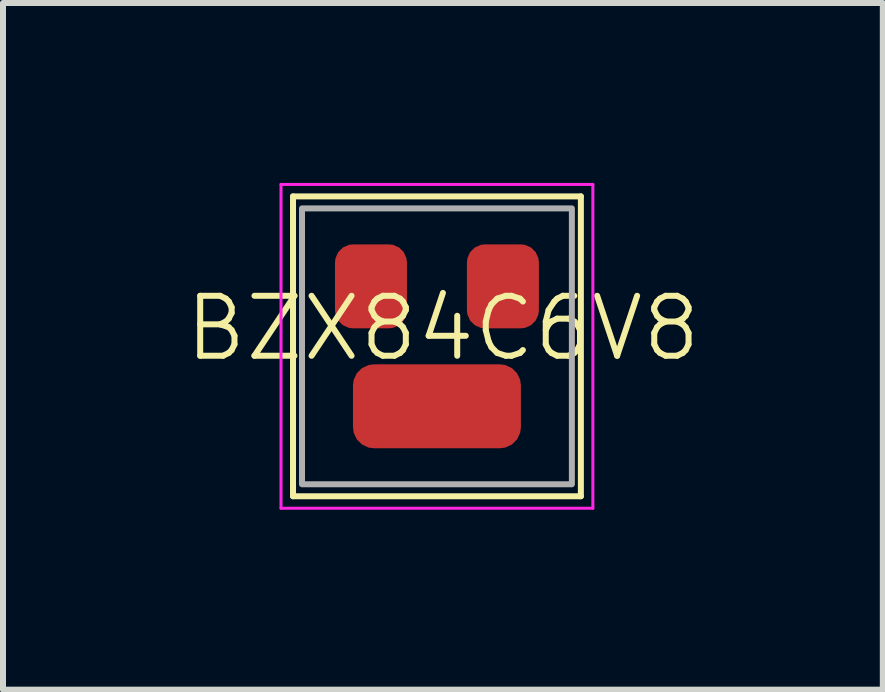
<source format=kicad_pcb>
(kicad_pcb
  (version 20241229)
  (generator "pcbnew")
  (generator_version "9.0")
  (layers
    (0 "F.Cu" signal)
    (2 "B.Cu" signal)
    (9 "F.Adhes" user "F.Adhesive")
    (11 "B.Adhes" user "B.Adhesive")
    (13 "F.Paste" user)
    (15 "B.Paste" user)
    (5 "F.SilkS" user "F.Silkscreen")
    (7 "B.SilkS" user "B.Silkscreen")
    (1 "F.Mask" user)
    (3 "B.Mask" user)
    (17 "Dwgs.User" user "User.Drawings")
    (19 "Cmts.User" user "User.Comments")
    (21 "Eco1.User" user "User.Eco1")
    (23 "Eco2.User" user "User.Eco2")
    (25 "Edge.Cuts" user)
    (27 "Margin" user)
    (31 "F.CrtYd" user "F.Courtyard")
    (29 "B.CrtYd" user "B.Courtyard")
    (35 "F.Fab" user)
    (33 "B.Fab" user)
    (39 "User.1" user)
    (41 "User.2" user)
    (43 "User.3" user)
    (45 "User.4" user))
  (footprint "BZX84C6V8"
    (layer "F.Cu")
    (at 4.236 2.725)
    (property "Reference" "BZX84C6V8" (at 0.1 -0.3 0) (unlocked yes) (layer "F.SilkS") (effects (font (size 1 1) (thickness 0.1))))
    (attr smd)
    (fp_line (start -2.4 -2.5) (end 2.4 -2.5) (stroke (width 0.1) (type default)) (layer "F.SilkS"))
    (fp_line (start -2.4 2.5) (end -2.4 -2.5) (stroke (width 0.1) (type default)) (layer "F.SilkS"))
    (fp_line (start 2.4 -2.5) (end 2.4 2.5) (stroke (width 0.1) (type default)) (layer "F.SilkS"))
    (fp_line (start 2.4 2.5) (end -2.4 2.5) (stroke (width 0.1) (type default)) (layer "F.SilkS"))
    (fp_line (start -2.6 -2.7) (end 2.6 -2.7) (stroke (width 0.05) (type default)) (layer "F.CrtYd"))
    (fp_line (start -2.6 2.7) (end -2.6 -2.7) (stroke (width 0.05) (type default)) (layer "F.CrtYd"))
    (fp_line (start 2.6 -2.7) (end 2.6 2.7) (stroke (width 0.05) (type default)) (layer "F.CrtYd"))
    (fp_line (start 2.6 2.7) (end -2.6 2.7) (stroke (width 0.05) (type default)) (layer "F.CrtYd"))
    (fp_rect (start -2.25 -2.3) (end 2.25 2.3) (stroke (width 0.1) (type default)) (fill no) (layer "F.Fab"))
    (pad "1" smd roundrect (at 0 1) (size 2.8 1.4) (layers "F.Cu" "F.Mask" "F.Paste") (roundrect_rratio 0.25))
    (pad "2" smd roundrect (at -1.1 -1) (size 1.2 1.4) (layers "F.Cu" "F.Mask" "F.Paste") (roundrect_rratio 0.25))
    (pad "3" smd roundrect (at 1.1 -1) (size 1.2 1.4) (layers "F.Cu" "F.Mask" "F.Paste") (roundrect_rratio 0.25)))
  (gr_rect
    (start -3 -3)
    (end 11.671 8.45)
    (stroke (width 0.1) (type default))
    (fill no)
    (layer "Edge.Cuts")))
</source>
